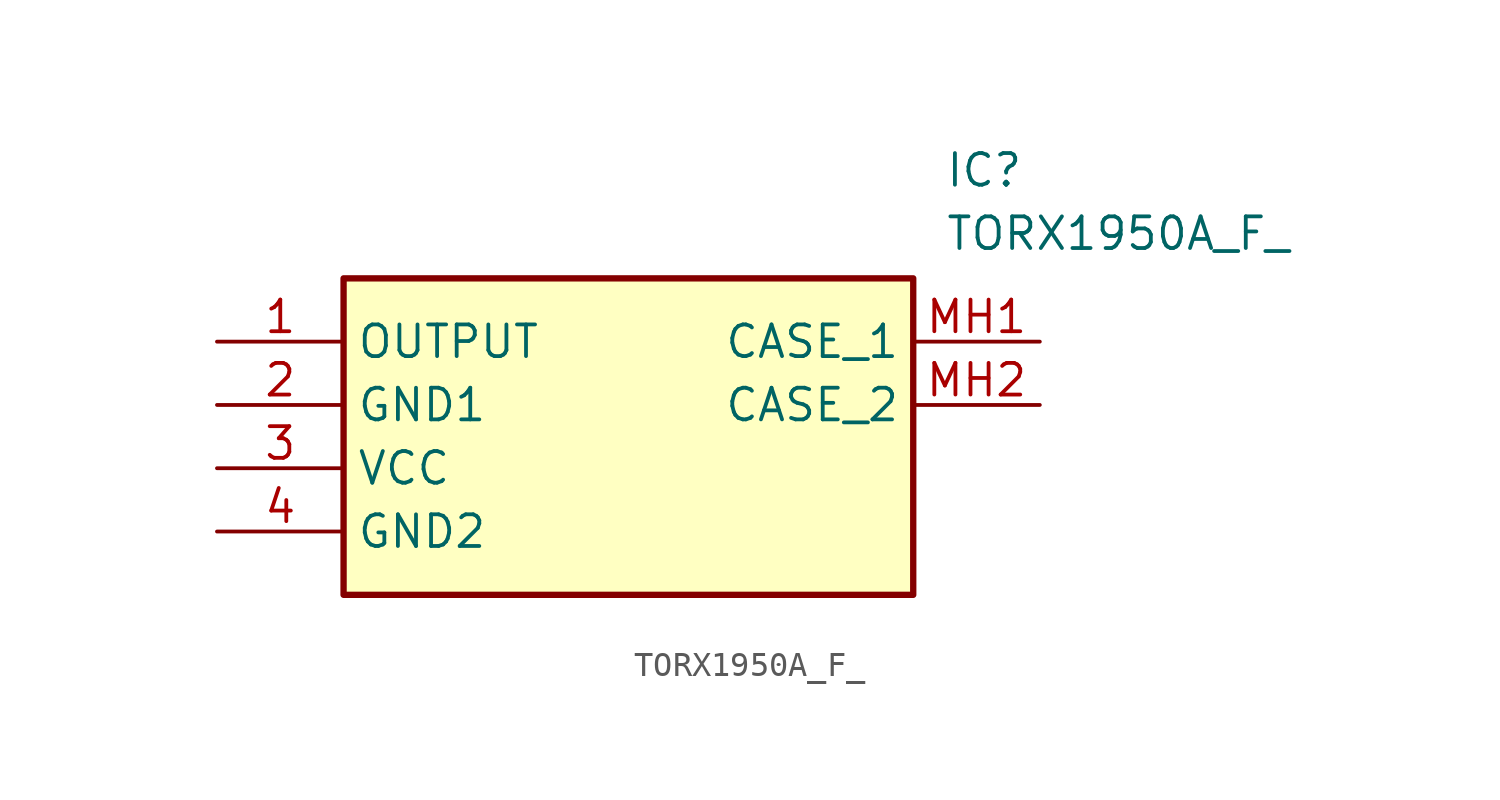
<source format=kicad_sym>
(kicad_symbol_lib
  (version 20211014)
  (generator SamacSys_ECAD_Model)
  (symbol "TORX1950A_F_"
    (property "Reference" "IC"
      (at 29.21 7.62 0)
      (effects (font (size 1.27 1.27)) (justify left top)))
    (property "Value" "TORX1950A_F_"
      (at 29.21 5.08 0)
      (effects (font (size 1.27 1.27)) (justify left top)))
    (rectangle
      (start 5.08 2.54)
      (end 27.94 -10.16)
      (stroke (width 0.254) (type default))
      (fill (type background)))
    (pin passive line
      (at 0 0 0)
      (length 5.08)
      (name "OUTPUT" (effects (font (size 1.27 1.27))))
      (number "1" (effects (font (size 1.27 1.27)))))
    (pin passive line
      (at 0 -2.54 0)
      (length 5.08)
      (name "GND1" (effects (font (size 1.27 1.27))))
      (number "2" (effects (font (size 1.27 1.27)))))
    (pin passive line
      (at 0 -5.08 0)
      (length 5.08)
      (name "VCC" (effects (font (size 1.27 1.27))))
      (number "3" (effects (font (size 1.27 1.27)))))
    (pin passive line
      (at 0 -7.62 0)
      (length 5.08)
      (name "GND2" (effects (font (size 1.27 1.27))))
      (number "4" (effects (font (size 1.27 1.27)))))
    (pin passive line
      (at 33.02 0 180)
      (length 5.08)
      (name "CASE_1" (effects (font (size 1.27 1.27))))
      (number "MH1" (effects (font (size 1.27 1.27)))))
    (pin passive line
      (at 33.02 -2.54 180)
      (length 5.08)
      (name "CASE_2" (effects (font (size 1.27 1.27))))
      (number "MH2" (effects (font (size 1.27 1.27)))))))
</source>
